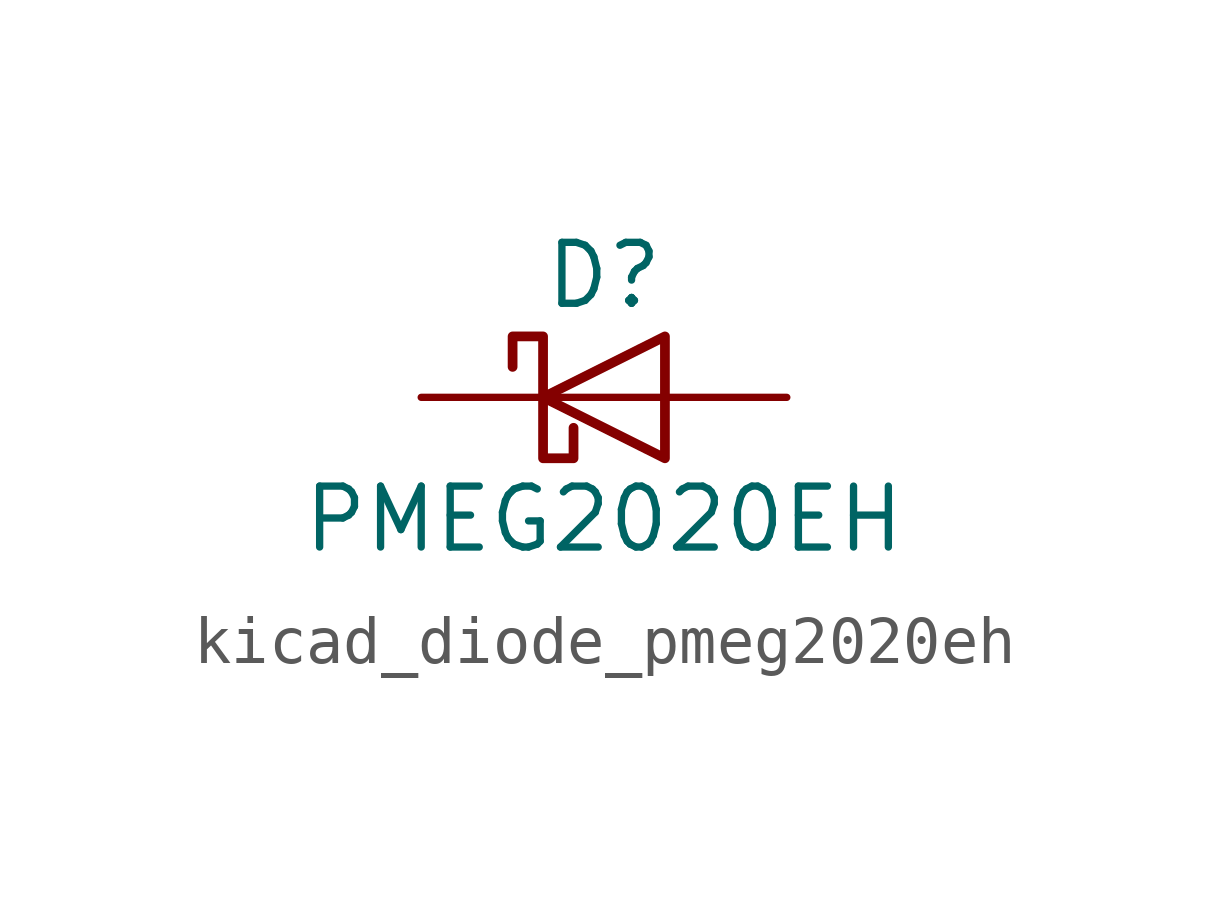
<source format=kicad_sym>
(kicad_symbol_lib
  (version 20220914)
  (generator kicad_symbol_editor)
  (symbol "kicad_diode_pmeg2020eh"
    (pin_numbers hide)
    (pin_names hide)
    (property "Reference" "D"
      (at 0 2.54 0)
      (effects (font (size 1.27 1.27))))
    (property "Value" "PMEG2020EH"
      (at 0 -2.54 0)
      (effects (font (size 1.27 1.27))))
    (symbol "kicad_diode_pmeg2020eh_0_1"
      (polyline (pts (xy 1.27 0) (xy -1.27 0)) (stroke (width 0) (type default)) (fill (type none)))
      (polyline (pts (xy 1.27 1.27) (xy 1.27 -1.27) (xy -1.27 0) (xy 1.27 1.27)) (stroke (width 0.203) (type default)) (fill (type none)))
      (polyline (pts (xy -1.905 0.635) (xy -1.905 1.27) (xy -1.27 1.27) (xy -1.27 -1.27) (xy -0.635 -1.27) (xy -0.635 -0.635)) (stroke (width 0.203) (type default)) (fill (type none))))
    (symbol "kicad_diode_pmeg2020eh_1_1"
      (pin passive line (at -3.81 0 0) (length 2.54) (name "K" (effects (font (size 1.27 1.27)))) (number "1" (effects (font (size 1.27 1.27)))))
      (pin passive line (at 3.81 0 180) (length 2.54) (name "A" (effects (font (size 1.27 1.27)))) (number "2" (effects (font (size 1.27 1.27))))))))
</source>
